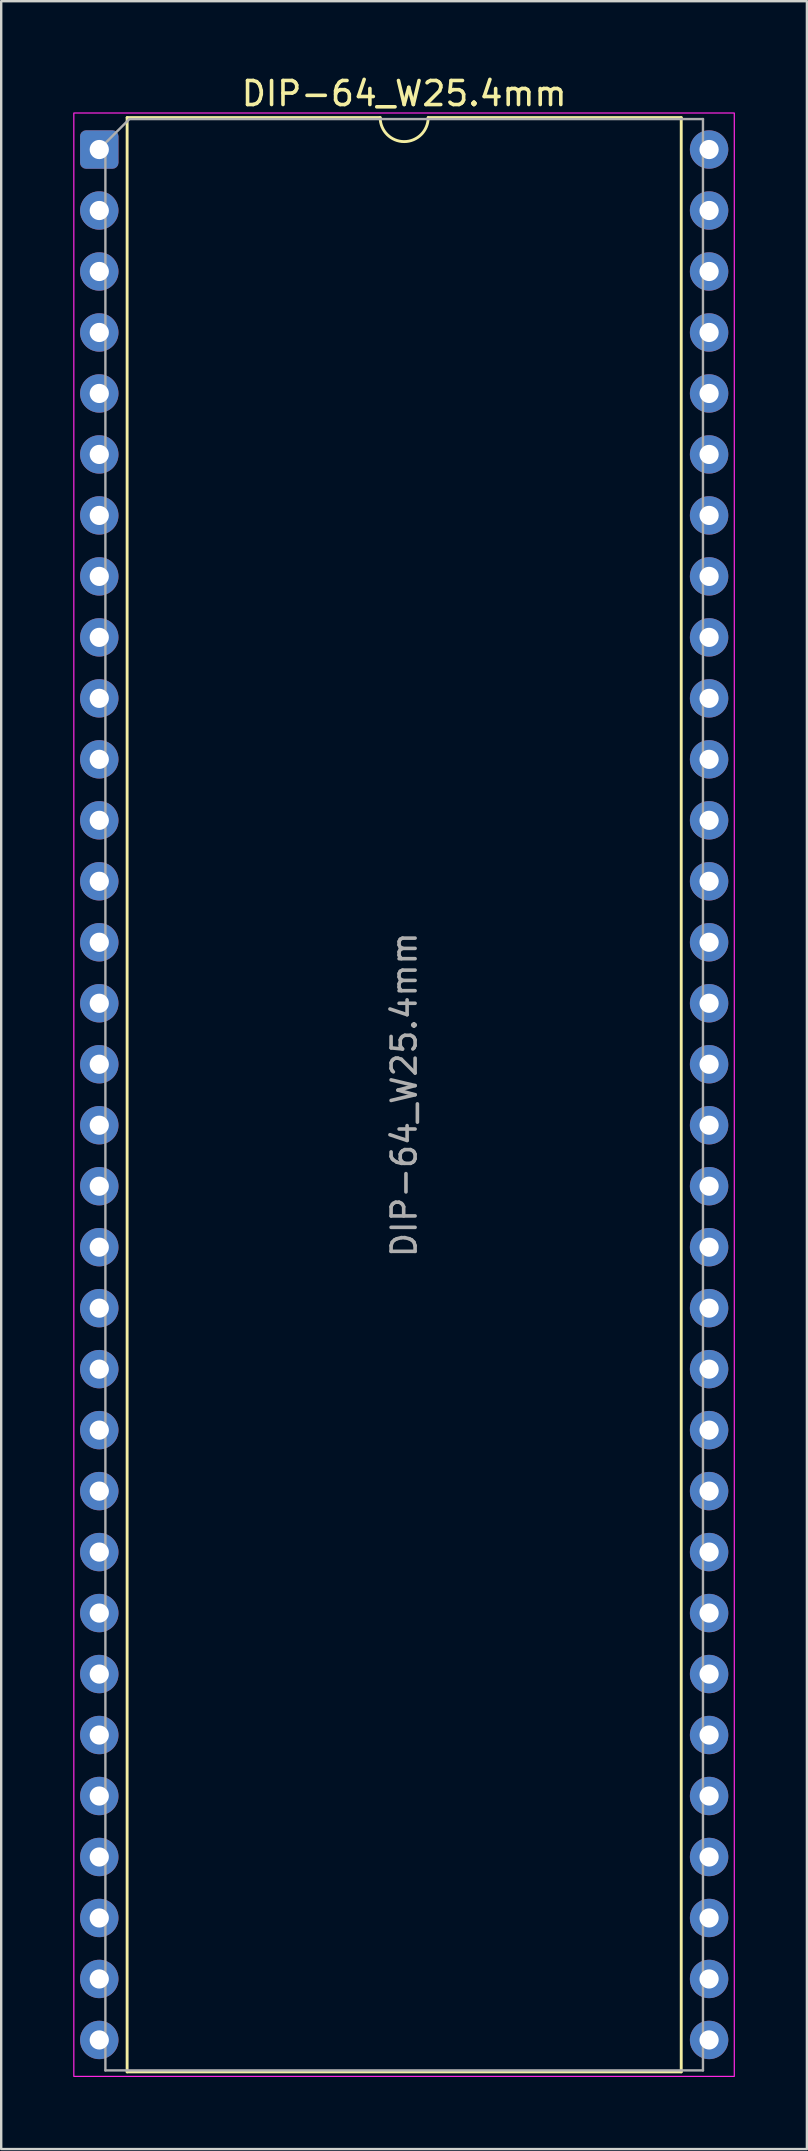
<source format=kicad_pcb>
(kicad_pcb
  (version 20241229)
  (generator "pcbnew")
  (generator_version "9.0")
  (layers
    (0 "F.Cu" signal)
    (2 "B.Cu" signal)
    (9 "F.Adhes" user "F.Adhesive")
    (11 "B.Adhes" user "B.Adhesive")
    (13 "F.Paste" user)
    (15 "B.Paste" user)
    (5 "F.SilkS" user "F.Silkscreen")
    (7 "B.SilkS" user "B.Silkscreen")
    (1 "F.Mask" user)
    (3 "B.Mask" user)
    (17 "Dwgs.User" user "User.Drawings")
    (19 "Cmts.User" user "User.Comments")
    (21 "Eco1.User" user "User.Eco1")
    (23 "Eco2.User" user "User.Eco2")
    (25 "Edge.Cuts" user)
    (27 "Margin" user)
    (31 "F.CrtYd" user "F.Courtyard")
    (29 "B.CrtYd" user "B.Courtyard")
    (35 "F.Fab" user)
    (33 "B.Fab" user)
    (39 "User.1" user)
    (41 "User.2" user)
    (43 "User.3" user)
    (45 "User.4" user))
  (footprint "DIP-64_W25.4mm"
    (layer "F.Cu")
    (at 1.085 3.178)
    (property "Reference" "DIP-64_W25.4mm" (at 12.7 -2.33 0) (layer "F.SilkS") (effects (font (size 1 1) (thickness 0.15))))
    (attr through_hole)
    (fp_line (start 1.16 -1.33) (end 1.16 80.07) (stroke (width 0.12) (type solid)) (layer "F.SilkS"))
    (fp_line (start 1.16 80.07) (end 24.24 80.07) (stroke (width 0.12) (type solid)) (layer "F.SilkS"))
    (fp_line (start 11.7 -1.33) (end 1.16 -1.33) (stroke (width 0.12) (type solid)) (layer "F.SilkS"))
    (fp_line (start 24.24 -1.33) (end 13.7 -1.33) (stroke (width 0.12) (type solid)) (layer "F.SilkS"))
    (fp_line (start 24.24 80.07) (end 24.24 -1.33) (stroke (width 0.12) (type solid)) (layer "F.SilkS"))
    (fp_arc (start 13.7 -1.33) (mid 12.7 -0.33) (end 11.7 -1.33) (stroke (width 0.12) (type solid)) (layer "F.SilkS"))
    (fp_rect (start -1.06 -1.52) (end 26.45 80.26) (stroke (width 0.05) (type solid)) (fill no) (layer "F.CrtYd"))
    (fp_line (start 0.255 -0.27) (end 1.255 -1.27) (stroke (width 0.1) (type solid)) (layer "F.Fab"))
    (fp_line (start 0.255 80.01) (end 0.255 -0.27) (stroke (width 0.1) (type solid)) (layer "F.Fab"))
    (fp_line (start 1.255 -1.27) (end 25.145 -1.27) (stroke (width 0.1) (type solid)) (layer "F.Fab"))
    (fp_line (start 25.145 -1.27) (end 25.145 80.01) (stroke (width 0.1) (type solid)) (layer "F.Fab"))
    (fp_line (start 25.145 80.01) (end 0.255 80.01) (stroke (width 0.1) (type solid)) (layer "F.Fab"))
    (fp_text user "${REFERENCE}" (at 12.7 39.37 90) (layer "F.Fab") (effects (font (size 1 1) (thickness 0.15))))
    (pad "1" thru_hole roundrect (at 0 0) (size 1.6 1.6) (drill 0.8) (layers "*.Cu" "*.Mask") (roundrect_rratio 0.156))
    (pad "2" thru_hole circle (at 0 2.54) (size 1.6 1.6) (drill 0.8) (layers "*.Cu" "*.Mask"))
    (pad "3" thru_hole circle (at 0 5.08) (size 1.6 1.6) (drill 0.8) (layers "*.Cu" "*.Mask"))
    (pad "4" thru_hole circle (at 0 7.62) (size 1.6 1.6) (drill 0.8) (layers "*.Cu" "*.Mask"))
    (pad "5" thru_hole circle (at 0 10.16) (size 1.6 1.6) (drill 0.8) (layers "*.Cu" "*.Mask"))
    (pad "6" thru_hole circle (at 0 12.7) (size 1.6 1.6) (drill 0.8) (layers "*.Cu" "*.Mask"))
    (pad "7" thru_hole circle (at 0 15.24) (size 1.6 1.6) (drill 0.8) (layers "*.Cu" "*.Mask"))
    (pad "8" thru_hole circle (at 0 17.78) (size 1.6 1.6) (drill 0.8) (layers "*.Cu" "*.Mask"))
    (pad "9" thru_hole circle (at 0 20.32) (size 1.6 1.6) (drill 0.8) (layers "*.Cu" "*.Mask"))
    (pad "10" thru_hole circle (at 0 22.86) (size 1.6 1.6) (drill 0.8) (layers "*.Cu" "*.Mask"))
    (pad "11" thru_hole circle (at 0 25.4) (size 1.6 1.6) (drill 0.8) (layers "*.Cu" "*.Mask"))
    (pad "12" thru_hole circle (at 0 27.94) (size 1.6 1.6) (drill 0.8) (layers "*.Cu" "*.Mask"))
    (pad "13" thru_hole circle (at 0 30.48) (size 1.6 1.6) (drill 0.8) (layers "*.Cu" "*.Mask"))
    (pad "14" thru_hole circle (at 0 33.02) (size 1.6 1.6) (drill 0.8) (layers "*.Cu" "*.Mask"))
    (pad "15" thru_hole circle (at 0 35.56) (size 1.6 1.6) (drill 0.8) (layers "*.Cu" "*.Mask"))
    (pad "16" thru_hole circle (at 0 38.1) (size 1.6 1.6) (drill 0.8) (layers "*.Cu" "*.Mask"))
    (pad "17" thru_hole circle (at 0 40.64) (size 1.6 1.6) (drill 0.8) (layers "*.Cu" "*.Mask"))
    (pad "18" thru_hole circle (at 0 43.18) (size 1.6 1.6) (drill 0.8) (layers "*.Cu" "*.Mask"))
    (pad "19" thru_hole circle (at 0 45.72) (size 1.6 1.6) (drill 0.8) (layers "*.Cu" "*.Mask"))
    (pad "20" thru_hole circle (at 0 48.26) (size 1.6 1.6) (drill 0.8) (layers "*.Cu" "*.Mask"))
    (pad "21" thru_hole circle (at 0 50.8) (size 1.6 1.6) (drill 0.8) (layers "*.Cu" "*.Mask"))
    (pad "22" thru_hole circle (at 0 53.34) (size 1.6 1.6) (drill 0.8) (layers "*.Cu" "*.Mask"))
    (pad "23" thru_hole circle (at 0 55.88) (size 1.6 1.6) (drill 0.8) (layers "*.Cu" "*.Mask"))
    (pad "24" thru_hole circle (at 0 58.42) (size 1.6 1.6) (drill 0.8) (layers "*.Cu" "*.Mask"))
    (pad "25" thru_hole circle (at 0 60.96) (size 1.6 1.6) (drill 0.8) (layers "*.Cu" "*.Mask"))
    (pad "26" thru_hole circle (at 0 63.5) (size 1.6 1.6) (drill 0.8) (layers "*.Cu" "*.Mask"))
    (pad "27" thru_hole circle (at 0 66.04) (size 1.6 1.6) (drill 0.8) (layers "*.Cu" "*.Mask"))
    (pad "28" thru_hole circle (at 0 68.58) (size 1.6 1.6) (drill 0.8) (layers "*.Cu" "*.Mask"))
    (pad "29" thru_hole circle (at 0 71.12) (size 1.6 1.6) (drill 0.8) (layers "*.Cu" "*.Mask"))
    (pad "30" thru_hole circle (at 0 73.66) (size 1.6 1.6) (drill 0.8) (layers "*.Cu" "*.Mask"))
    (pad "31" thru_hole circle (at 0 76.2) (size 1.6 1.6) (drill 0.8) (layers "*.Cu" "*.Mask"))
    (pad "32" thru_hole circle (at 0 78.74) (size 1.6 1.6) (drill 0.8) (layers "*.Cu" "*.Mask"))
    (pad "33" thru_hole circle (at 25.4 78.74) (size 1.6 1.6) (drill 0.8) (layers "*.Cu" "*.Mask"))
    (pad "34" thru_hole circle (at 25.4 76.2) (size 1.6 1.6) (drill 0.8) (layers "*.Cu" "*.Mask"))
    (pad "35" thru_hole circle (at 25.4 73.66) (size 1.6 1.6) (drill 0.8) (layers "*.Cu" "*.Mask"))
    (pad "36" thru_hole circle (at 25.4 71.12) (size 1.6 1.6) (drill 0.8) (layers "*.Cu" "*.Mask"))
    (pad "37" thru_hole circle (at 25.4 68.58) (size 1.6 1.6) (drill 0.8) (layers "*.Cu" "*.Mask"))
    (pad "38" thru_hole circle (at 25.4 66.04) (size 1.6 1.6) (drill 0.8) (layers "*.Cu" "*.Mask"))
    (pad "39" thru_hole circle (at 25.4 63.5) (size 1.6 1.6) (drill 0.8) (layers "*.Cu" "*.Mask"))
    (pad "40" thru_hole circle (at 25.4 60.96) (size 1.6 1.6) (drill 0.8) (layers "*.Cu" "*.Mask"))
    (pad "41" thru_hole circle (at 25.4 58.42) (size 1.6 1.6) (drill 0.8) (layers "*.Cu" "*.Mask"))
    (pad "42" thru_hole circle (at 25.4 55.88) (size 1.6 1.6) (drill 0.8) (layers "*.Cu" "*.Mask"))
    (pad "43" thru_hole circle (at 25.4 53.34) (size 1.6 1.6) (drill 0.8) (layers "*.Cu" "*.Mask"))
    (pad "44" thru_hole circle (at 25.4 50.8) (size 1.6 1.6) (drill 0.8) (layers "*.Cu" "*.Mask"))
    (pad "45" thru_hole circle (at 25.4 48.26) (size 1.6 1.6) (drill 0.8) (layers "*.Cu" "*.Mask"))
    (pad "46" thru_hole circle (at 25.4 45.72) (size 1.6 1.6) (drill 0.8) (layers "*.Cu" "*.Mask"))
    (pad "47" thru_hole circle (at 25.4 43.18) (size 1.6 1.6) (drill 0.8) (layers "*.Cu" "*.Mask"))
    (pad "48" thru_hole circle (at 25.4 40.64) (size 1.6 1.6) (drill 0.8) (layers "*.Cu" "*.Mask"))
    (pad "49" thru_hole circle (at 25.4 38.1) (size 1.6 1.6) (drill 0.8) (layers "*.Cu" "*.Mask"))
    (pad "50" thru_hole circle (at 25.4 35.56) (size 1.6 1.6) (drill 0.8) (layers "*.Cu" "*.Mask"))
    (pad "51" thru_hole circle (at 25.4 33.02) (size 1.6 1.6) (drill 0.8) (layers "*.Cu" "*.Mask"))
    (pad "52" thru_hole circle (at 25.4 30.48) (size 1.6 1.6) (drill 0.8) (layers "*.Cu" "*.Mask"))
    (pad "53" thru_hole circle (at 25.4 27.94) (size 1.6 1.6) (drill 0.8) (layers "*.Cu" "*.Mask"))
    (pad "54" thru_hole circle (at 25.4 25.4) (size 1.6 1.6) (drill 0.8) (layers "*.Cu" "*.Mask"))
    (pad "55" thru_hole circle (at 25.4 22.86) (size 1.6 1.6) (drill 0.8) (layers "*.Cu" "*.Mask"))
    (pad "56" thru_hole circle (at 25.4 20.32) (size 1.6 1.6) (drill 0.8) (layers "*.Cu" "*.Mask"))
    (pad "57" thru_hole circle (at 25.4 17.78) (size 1.6 1.6) (drill 0.8) (layers "*.Cu" "*.Mask"))
    (pad "58" thru_hole circle (at 25.4 15.24) (size 1.6 1.6) (drill 0.8) (layers "*.Cu" "*.Mask"))
    (pad "59" thru_hole circle (at 25.4 12.7) (size 1.6 1.6) (drill 0.8) (layers "*.Cu" "*.Mask"))
    (pad "60" thru_hole circle (at 25.4 10.16) (size 1.6 1.6) (drill 0.8) (layers "*.Cu" "*.Mask"))
    (pad "61" thru_hole circle (at 25.4 7.62) (size 1.6 1.6) (drill 0.8) (layers "*.Cu" "*.Mask"))
    (pad "62" thru_hole circle (at 25.4 5.08) (size 1.6 1.6) (drill 0.8) (layers "*.Cu" "*.Mask"))
    (pad "63" thru_hole circle (at 25.4 2.54) (size 1.6 1.6) (drill 0.8) (layers "*.Cu" "*.Mask"))
    (pad "64" thru_hole circle (at 25.4 0) (size 1.6 1.6) (drill 0.8) (layers "*.Cu" "*.Mask")))
  (gr_rect
    (start -3 -3)
    (end 30.56 86.463)
    (stroke (width 0.1) (type default))
    (fill no)
    (layer "Edge.Cuts")))
</source>
